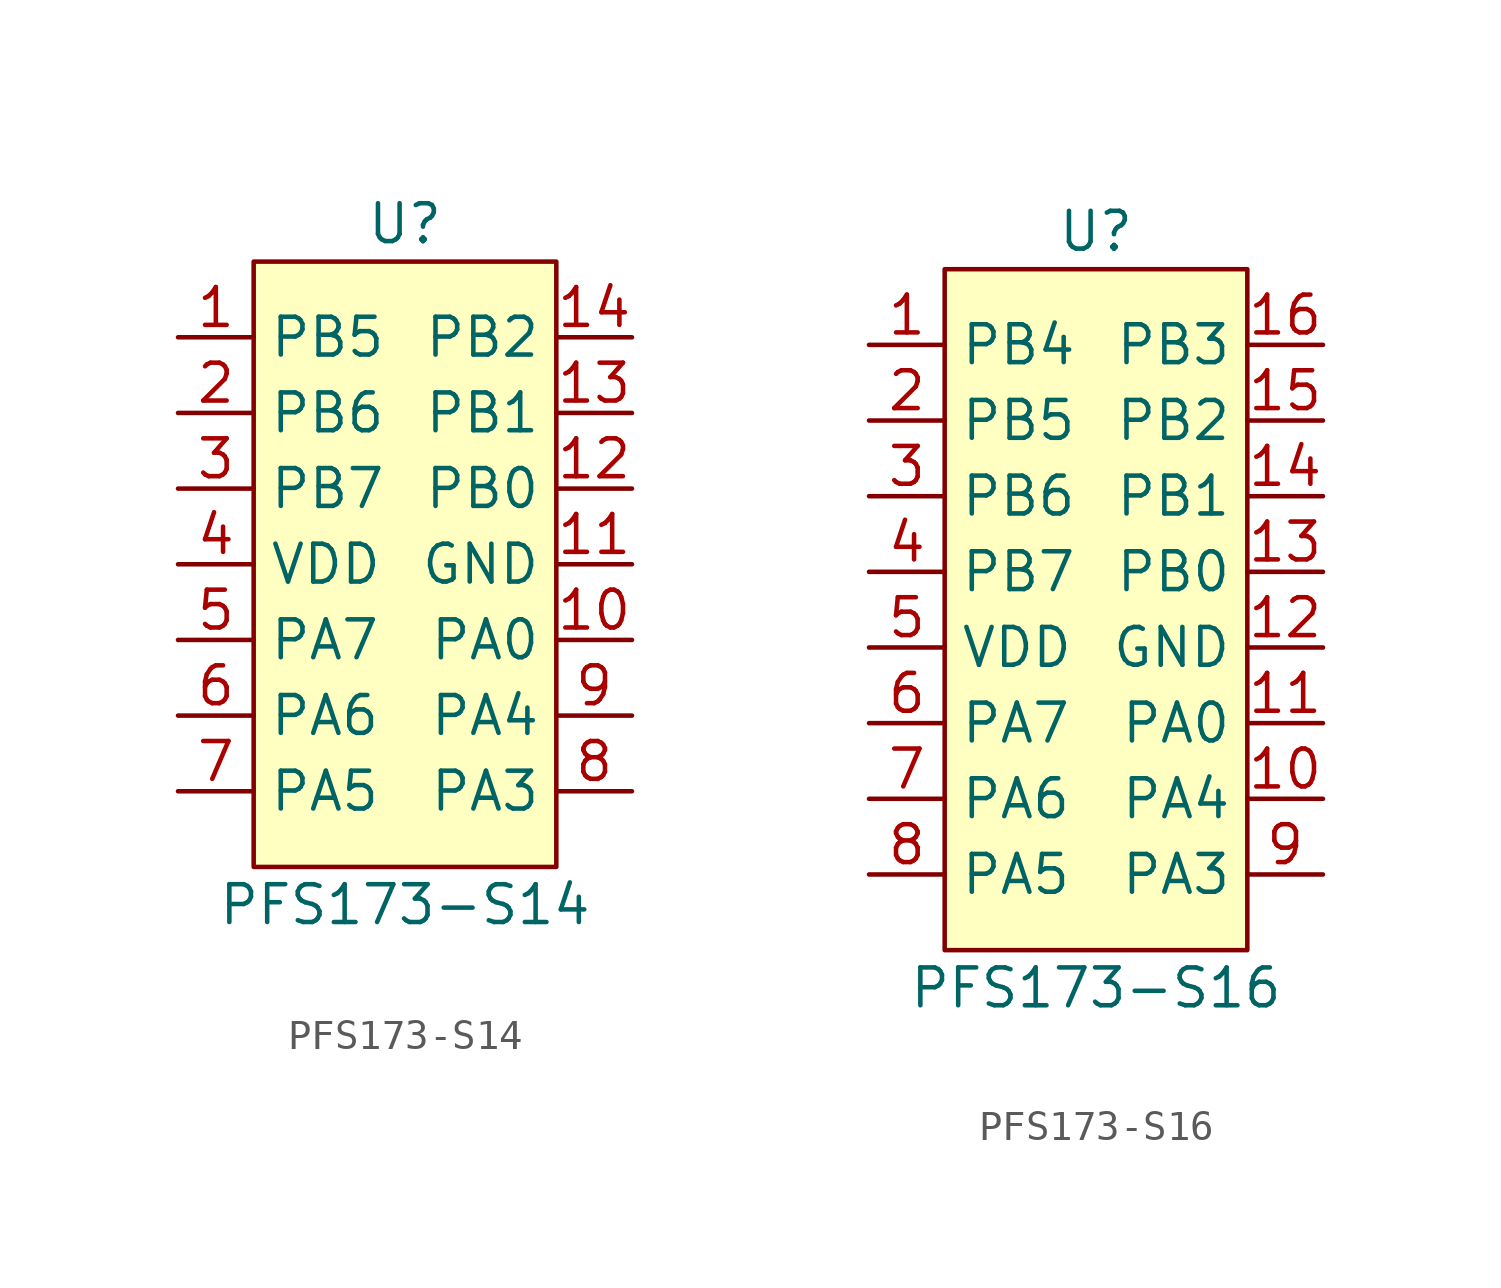
<source format=kicad_sym>
(kicad_symbol_lib
  (version 20211014)
  (generator kicad_symbol_editor)
  (symbol "PFS173-S14"
    (property "Reference" "U"
      (at 0 11.43 0)
      (effects (font (size 1.27 1.27))))
    (property "Value" "PFS173-S14"
      (at 0 -11.43 0)
      (effects (font (size 1.27 1.27))))
    (symbol "PFS173-S14_0_1"
      (rectangle (start -5.08 10.16) (end 5.08 -10.16) (stroke (width 0) (type default) (color 0 0 0 0)) (fill (type background))))
    (symbol "PFS173-S14_1_1"
      (pin bidirectional line (at -7.62 7.62 0) (length 2.54) (name "PB5" (effects (font (size 1.27 1.27)))) (number "1" (effects (font (size 1.27 1.27)))))
      (pin bidirectional line (at 7.62 -2.54 180) (length 2.54) (name "PA0" (effects (font (size 1.27 1.27)))) (number "10" (effects (font (size 1.27 1.27)))))
      (pin power_in line (at 7.62 0 180) (length 2.54) (name "GND" (effects (font (size 1.27 1.27)))) (number "11" (effects (font (size 1.27 1.27)))))
      (pin bidirectional line (at 7.62 2.54 180) (length 2.54) (name "PB0" (effects (font (size 1.27 1.27)))) (number "12" (effects (font (size 1.27 1.27)))))
      (pin bidirectional line (at 7.62 5.08 180) (length 2.54) (name "PB1" (effects (font (size 1.27 1.27)))) (number "13" (effects (font (size 1.27 1.27)))))
      (pin bidirectional line (at 7.62 7.62 180) (length 2.54) (name "PB2" (effects (font (size 1.27 1.27)))) (number "14" (effects (font (size 1.27 1.27)))))
      (pin bidirectional line (at -7.62 5.08 0) (length 2.54) (name "PB6" (effects (font (size 1.27 1.27)))) (number "2" (effects (font (size 1.27 1.27)))))
      (pin bidirectional line (at -7.62 2.54 0) (length 2.54) (name "PB7" (effects (font (size 1.27 1.27)))) (number "3" (effects (font (size 1.27 1.27)))))
      (pin power_in line (at -7.62 0 0) (length 2.54) (name "VDD" (effects (font (size 1.27 1.27)))) (number "4" (effects (font (size 1.27 1.27)))))
      (pin bidirectional line (at -7.62 -2.54 0) (length 2.54) (name "PA7" (effects (font (size 1.27 1.27)))) (number "5" (effects (font (size 1.27 1.27)))))
      (pin bidirectional line (at -7.62 -5.08 0) (length 2.54) (name "PA6" (effects (font (size 1.27 1.27)))) (number "6" (effects (font (size 1.27 1.27)))))
      (pin bidirectional line (at -7.62 -7.62 0) (length 2.54) (name "PA5" (effects (font (size 1.27 1.27)))) (number "7" (effects (font (size 1.27 1.27)))))
      (pin bidirectional line (at 7.62 -7.62 180) (length 2.54) (name "PA3" (effects (font (size 1.27 1.27)))) (number "8" (effects (font (size 1.27 1.27)))))
      (pin bidirectional line (at 7.62 -5.08 180) (length 2.54) (name "PA4" (effects (font (size 1.27 1.27)))) (number "9" (effects (font (size 1.27 1.27)))))))
  (symbol "PFS173-S16"
    (property "Reference" "U"
      (at 0 11.43 0)
      (effects (font (size 1.27 1.27))))
    (property "Value" "PFS173-S16"
      (at 0 -13.97 0)
      (effects (font (size 1.27 1.27))))
    (symbol "PFS173-S16_0_1"
      (rectangle (start -5.08 10.16) (end 5.08 -12.7) (stroke (width 0) (type default) (color 0 0 0 0)) (fill (type background))))
    (symbol "PFS173-S16_1_1"
      (pin bidirectional line (at -7.62 7.62 0) (length 2.54) (name "PB4" (effects (font (size 1.27 1.27)))) (number "1" (effects (font (size 1.27 1.27)))))
      (pin bidirectional line (at 7.62 -7.62 180) (length 2.54) (name "PA4" (effects (font (size 1.27 1.27)))) (number "10" (effects (font (size 1.27 1.27)))))
      (pin bidirectional line (at 7.62 -5.08 180) (length 2.54) (name "PA0" (effects (font (size 1.27 1.27)))) (number "11" (effects (font (size 1.27 1.27)))))
      (pin power_in line (at 7.62 -2.54 180) (length 2.54) (name "GND" (effects (font (size 1.27 1.27)))) (number "12" (effects (font (size 1.27 1.27)))))
      (pin bidirectional line (at 7.62 0 180) (length 2.54) (name "PB0" (effects (font (size 1.27 1.27)))) (number "13" (effects (font (size 1.27 1.27)))))
      (pin bidirectional line (at 7.62 2.54 180) (length 2.54) (name "PB1" (effects (font (size 1.27 1.27)))) (number "14" (effects (font (size 1.27 1.27)))))
      (pin bidirectional line (at 7.62 5.08 180) (length 2.54) (name "PB2" (effects (font (size 1.27 1.27)))) (number "15" (effects (font (size 1.27 1.27)))))
      (pin bidirectional line (at 7.62 7.62 180) (length 2.54) (name "PB3" (effects (font (size 1.27 1.27)))) (number "16" (effects (font (size 1.27 1.27)))))
      (pin bidirectional line (at -7.62 5.08 0) (length 2.54) (name "PB5" (effects (font (size 1.27 1.27)))) (number "2" (effects (font (size 1.27 1.27)))))
      (pin bidirectional line (at -7.62 2.54 0) (length 2.54) (name "PB6" (effects (font (size 1.27 1.27)))) (number "3" (effects (font (size 1.27 1.27)))))
      (pin bidirectional line (at -7.62 0 0) (length 2.54) (name "PB7" (effects (font (size 1.27 1.27)))) (number "4" (effects (font (size 1.27 1.27)))))
      (pin power_in line (at -7.62 -2.54 0) (length 2.54) (name "VDD" (effects (font (size 1.27 1.27)))) (number "5" (effects (font (size 1.27 1.27)))))
      (pin bidirectional line (at -7.62 -5.08 0) (length 2.54) (name "PA7" (effects (font (size 1.27 1.27)))) (number "6" (effects (font (size 1.27 1.27)))))
      (pin bidirectional line (at -7.62 -7.62 0) (length 2.54) (name "PA6" (effects (font (size 1.27 1.27)))) (number "7" (effects (font (size 1.27 1.27)))))
      (pin bidirectional line (at -7.62 -10.16 0) (length 2.54) (name "PA5" (effects (font (size 1.27 1.27)))) (number "8" (effects (font (size 1.27 1.27)))))
      (pin bidirectional line (at 7.62 -10.16 180) (length 2.54) (name "PA3" (effects (font (size 1.27 1.27)))) (number "9" (effects (font (size 1.27 1.27))))))))
</source>
